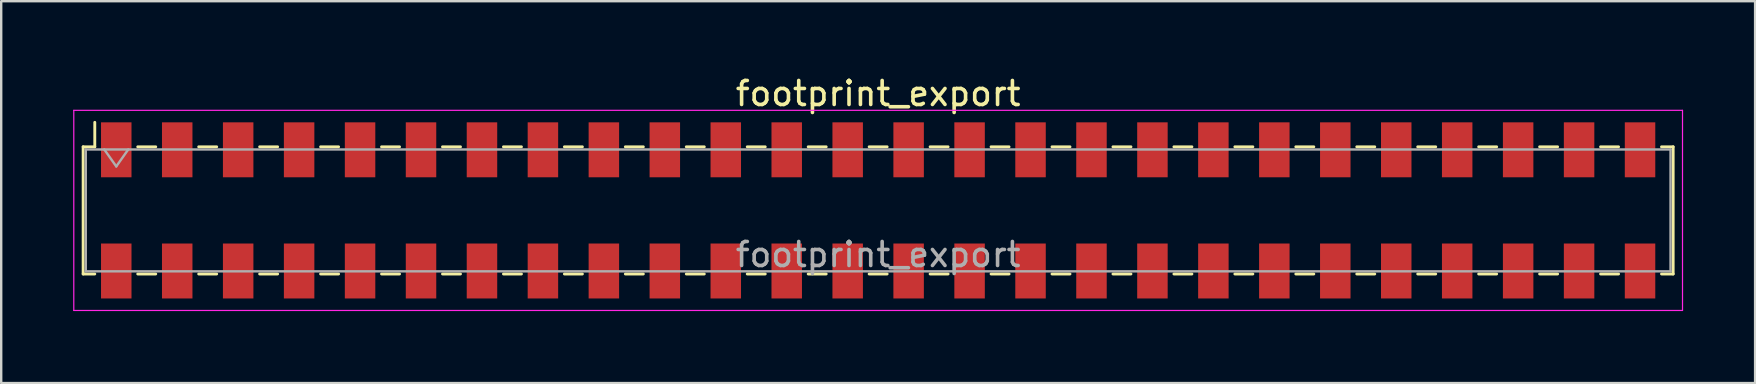
<source format=kicad_pcb>
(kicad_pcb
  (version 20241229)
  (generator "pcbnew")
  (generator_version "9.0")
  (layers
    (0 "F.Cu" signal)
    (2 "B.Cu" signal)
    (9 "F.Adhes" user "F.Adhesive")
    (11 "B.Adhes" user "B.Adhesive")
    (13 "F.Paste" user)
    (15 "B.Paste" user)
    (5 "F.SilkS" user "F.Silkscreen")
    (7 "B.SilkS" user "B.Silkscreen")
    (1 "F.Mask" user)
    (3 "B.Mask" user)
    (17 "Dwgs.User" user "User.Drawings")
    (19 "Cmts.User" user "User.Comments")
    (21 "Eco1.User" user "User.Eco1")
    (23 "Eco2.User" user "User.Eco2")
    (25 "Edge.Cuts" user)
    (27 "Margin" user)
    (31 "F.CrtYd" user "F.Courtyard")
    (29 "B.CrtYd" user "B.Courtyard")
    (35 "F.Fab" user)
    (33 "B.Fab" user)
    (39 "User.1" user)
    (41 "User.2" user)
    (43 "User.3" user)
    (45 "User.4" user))
  (footprint "footprint_export"
    (layer "F.Cu")
    (at 33.545 5.718)
    (property "Reference" "footprint_export" (at 0 -4.87 0) (layer "F.SilkS") (effects (font (size 1 1) (thickness 0.15))))
    (attr smd)
    (fp_line (start -33.13 -2.65) (end -33.13 2.65) (stroke (width 0.12) (type solid)) (layer "F.SilkS"))
    (fp_line (start -33.13 2.65) (end -32.645 2.65) (stroke (width 0.12) (type solid)) (layer "F.SilkS"))
    (fp_line (start -32.645 -3.67) (end -32.645 -2.65) (stroke (width 0.12) (type solid)) (layer "F.SilkS"))
    (fp_line (start -32.645 -2.65) (end -33.13 -2.65) (stroke (width 0.12) (type solid)) (layer "F.SilkS"))
    (fp_line (start -30.855 -2.65) (end -30.105 -2.65) (stroke (width 0.12) (type solid)) (layer "F.SilkS"))
    (fp_line (start -30.855 2.65) (end -30.105 2.65) (stroke (width 0.12) (type solid)) (layer "F.SilkS"))
    (fp_line (start -28.315 -2.65) (end -27.565 -2.65) (stroke (width 0.12) (type solid)) (layer "F.SilkS"))
    (fp_line (start -28.315 2.65) (end -27.565 2.65) (stroke (width 0.12) (type solid)) (layer "F.SilkS"))
    (fp_line (start -25.775 -2.65) (end -25.025 -2.65) (stroke (width 0.12) (type solid)) (layer "F.SilkS"))
    (fp_line (start -25.775 2.65) (end -25.025 2.65) (stroke (width 0.12) (type solid)) (layer "F.SilkS"))
    (fp_line (start -23.235 -2.65) (end -22.485 -2.65) (stroke (width 0.12) (type solid)) (layer "F.SilkS"))
    (fp_line (start -23.235 2.65) (end -22.485 2.65) (stroke (width 0.12) (type solid)) (layer "F.SilkS"))
    (fp_line (start -20.695 -2.65) (end -19.945 -2.65) (stroke (width 0.12) (type solid)) (layer "F.SilkS"))
    (fp_line (start -20.695 2.65) (end -19.945 2.65) (stroke (width 0.12) (type solid)) (layer "F.SilkS"))
    (fp_line (start -18.155 -2.65) (end -17.405 -2.65) (stroke (width 0.12) (type solid)) (layer "F.SilkS"))
    (fp_line (start -18.155 2.65) (end -17.405 2.65) (stroke (width 0.12) (type solid)) (layer "F.SilkS"))
    (fp_line (start -15.615 -2.65) (end -14.865 -2.65) (stroke (width 0.12) (type solid)) (layer "F.SilkS"))
    (fp_line (start -15.615 2.65) (end -14.865 2.65) (stroke (width 0.12) (type solid)) (layer "F.SilkS"))
    (fp_line (start -13.075 -2.65) (end -12.325 -2.65) (stroke (width 0.12) (type solid)) (layer "F.SilkS"))
    (fp_line (start -13.075 2.65) (end -12.325 2.65) (stroke (width 0.12) (type solid)) (layer "F.SilkS"))
    (fp_line (start -10.535 -2.65) (end -9.785 -2.65) (stroke (width 0.12) (type solid)) (layer "F.SilkS"))
    (fp_line (start -10.535 2.65) (end -9.785 2.65) (stroke (width 0.12) (type solid)) (layer "F.SilkS"))
    (fp_line (start -7.995 -2.65) (end -7.245 -2.65) (stroke (width 0.12) (type solid)) (layer "F.SilkS"))
    (fp_line (start -7.995 2.65) (end -7.245 2.65) (stroke (width 0.12) (type solid)) (layer "F.SilkS"))
    (fp_line (start -5.455 -2.65) (end -4.705 -2.65) (stroke (width 0.12) (type solid)) (layer "F.SilkS"))
    (fp_line (start -5.455 2.65) (end -4.705 2.65) (stroke (width 0.12) (type solid)) (layer "F.SilkS"))
    (fp_line (start -2.915 -2.65) (end -2.165 -2.65) (stroke (width 0.12) (type solid)) (layer "F.SilkS"))
    (fp_line (start -2.915 2.65) (end -2.165 2.65) (stroke (width 0.12) (type solid)) (layer "F.SilkS"))
    (fp_line (start -0.375 -2.65) (end 0.375 -2.65) (stroke (width 0.12) (type solid)) (layer "F.SilkS"))
    (fp_line (start -0.375 2.65) (end 0.375 2.65) (stroke (width 0.12) (type solid)) (layer "F.SilkS"))
    (fp_line (start 2.165 -2.65) (end 2.915 -2.65) (stroke (width 0.12) (type solid)) (layer "F.SilkS"))
    (fp_line (start 2.165 2.65) (end 2.915 2.65) (stroke (width 0.12) (type solid)) (layer "F.SilkS"))
    (fp_line (start 4.705 -2.65) (end 5.455 -2.65) (stroke (width 0.12) (type solid)) (layer "F.SilkS"))
    (fp_line (start 4.705 2.65) (end 5.455 2.65) (stroke (width 0.12) (type solid)) (layer "F.SilkS"))
    (fp_line (start 7.245 -2.65) (end 7.995 -2.65) (stroke (width 0.12) (type solid)) (layer "F.SilkS"))
    (fp_line (start 7.245 2.65) (end 7.995 2.65) (stroke (width 0.12) (type solid)) (layer "F.SilkS"))
    (fp_line (start 9.785 -2.65) (end 10.535 -2.65) (stroke (width 0.12) (type solid)) (layer "F.SilkS"))
    (fp_line (start 9.785 2.65) (end 10.535 2.65) (stroke (width 0.12) (type solid)) (layer "F.SilkS"))
    (fp_line (start 12.325 -2.65) (end 13.075 -2.65) (stroke (width 0.12) (type solid)) (layer "F.SilkS"))
    (fp_line (start 12.325 2.65) (end 13.075 2.65) (stroke (width 0.12) (type solid)) (layer "F.SilkS"))
    (fp_line (start 14.865 -2.65) (end 15.615 -2.65) (stroke (width 0.12) (type solid)) (layer "F.SilkS"))
    (fp_line (start 14.865 2.65) (end 15.615 2.65) (stroke (width 0.12) (type solid)) (layer "F.SilkS"))
    (fp_line (start 17.405 -2.65) (end 18.155 -2.65) (stroke (width 0.12) (type solid)) (layer "F.SilkS"))
    (fp_line (start 17.405 2.65) (end 18.155 2.65) (stroke (width 0.12) (type solid)) (layer "F.SilkS"))
    (fp_line (start 19.945 -2.65) (end 20.695 -2.65) (stroke (width 0.12) (type solid)) (layer "F.SilkS"))
    (fp_line (start 19.945 2.65) (end 20.695 2.65) (stroke (width 0.12) (type solid)) (layer "F.SilkS"))
    (fp_line (start 22.485 -2.65) (end 23.235 -2.65) (stroke (width 0.12) (type solid)) (layer "F.SilkS"))
    (fp_line (start 22.485 2.65) (end 23.235 2.65) (stroke (width 0.12) (type solid)) (layer "F.SilkS"))
    (fp_line (start 25.025 -2.65) (end 25.775 -2.65) (stroke (width 0.12) (type solid)) (layer "F.SilkS"))
    (fp_line (start 25.025 2.65) (end 25.775 2.65) (stroke (width 0.12) (type solid)) (layer "F.SilkS"))
    (fp_line (start 27.565 -2.65) (end 28.315 -2.65) (stroke (width 0.12) (type solid)) (layer "F.SilkS"))
    (fp_line (start 27.565 2.65) (end 28.315 2.65) (stroke (width 0.12) (type solid)) (layer "F.SilkS"))
    (fp_line (start 30.105 -2.65) (end 30.855 -2.65) (stroke (width 0.12) (type solid)) (layer "F.SilkS"))
    (fp_line (start 30.105 2.65) (end 30.855 2.65) (stroke (width 0.12) (type solid)) (layer "F.SilkS"))
    (fp_line (start 32.645 -2.65) (end 33.13 -2.65) (stroke (width 0.12) (type solid)) (layer "F.SilkS"))
    (fp_line (start 33.13 -2.65) (end 33.13 2.65) (stroke (width 0.12) (type solid)) (layer "F.SilkS"))
    (fp_line (start 33.13 2.65) (end 32.645 2.65) (stroke (width 0.12) (type solid)) (layer "F.SilkS"))
    (fp_line (start -33.52 -4.17) (end 33.52 -4.17) (stroke (width 0.05) (type solid)) (layer "F.CrtYd"))
    (fp_line (start -33.52 4.17) (end -33.52 -4.17) (stroke (width 0.05) (type solid)) (layer "F.CrtYd"))
    (fp_line (start 33.52 -4.17) (end 33.52 4.17) (stroke (width 0.05) (type solid)) (layer "F.CrtYd"))
    (fp_line (start 33.52 4.17) (end -33.52 4.17) (stroke (width 0.05) (type solid)) (layer "F.CrtYd"))
    (fp_line (start -33.02 -2.54) (end 33.02 -2.54) (stroke (width 0.1) (type solid)) (layer "F.Fab"))
    (fp_line (start -33.02 2.54) (end -33.02 -2.54) (stroke (width 0.1) (type solid)) (layer "F.Fab"))
    (fp_line (start -32.25 -2.54) (end -31.75 -1.833) (stroke (width 0.1) (type solid)) (layer "F.Fab"))
    (fp_line (start -31.75 -1.833) (end -31.25 -2.54) (stroke (width 0.1) (type solid)) (layer "F.Fab"))
    (fp_line (start 33.02 -2.54) (end 33.02 2.54) (stroke (width 0.1) (type solid)) (layer "F.Fab"))
    (fp_line (start 33.02 2.54) (end -33.02 2.54) (stroke (width 0.1) (type solid)) (layer "F.Fab"))
    (fp_text user "${REFERENCE}" (at 0 1.84 0) (layer "F.Fab") (effects (font (size 1 1) (thickness 0.15))))
    (pad "1" smd rect (at -31.75 -2.525) (size 1.27 2.29) (layers "F.Cu" "F.Mask" "F.Paste"))
    (pad "2" smd rect (at -31.75 2.525) (size 1.27 2.29) (layers "F.Cu" "F.Mask" "F.Paste"))
    (pad "3" smd rect (at -29.21 -2.525) (size 1.27 2.29) (layers "F.Cu" "F.Mask" "F.Paste"))
    (pad "4" smd rect (at -29.21 2.525) (size 1.27 2.29) (layers "F.Cu" "F.Mask" "F.Paste"))
    (pad "5" smd rect (at -26.67 -2.525) (size 1.27 2.29) (layers "F.Cu" "F.Mask" "F.Paste"))
    (pad "6" smd rect (at -26.67 2.525) (size 1.27 2.29) (layers "F.Cu" "F.Mask" "F.Paste"))
    (pad "7" smd rect (at -24.13 -2.525) (size 1.27 2.29) (layers "F.Cu" "F.Mask" "F.Paste"))
    (pad "8" smd rect (at -24.13 2.525) (size 1.27 2.29) (layers "F.Cu" "F.Mask" "F.Paste"))
    (pad "9" smd rect (at -21.59 -2.525) (size 1.27 2.29) (layers "F.Cu" "F.Mask" "F.Paste"))
    (pad "10" smd rect (at -21.59 2.525) (size 1.27 2.29) (layers "F.Cu" "F.Mask" "F.Paste"))
    (pad "11" smd rect (at -19.05 -2.525) (size 1.27 2.29) (layers "F.Cu" "F.Mask" "F.Paste"))
    (pad "12" smd rect (at -19.05 2.525) (size 1.27 2.29) (layers "F.Cu" "F.Mask" "F.Paste"))
    (pad "13" smd rect (at -16.51 -2.525) (size 1.27 2.29) (layers "F.Cu" "F.Mask" "F.Paste"))
    (pad "14" smd rect (at -16.51 2.525) (size 1.27 2.29) (layers "F.Cu" "F.Mask" "F.Paste"))
    (pad "15" smd rect (at -13.97 -2.525) (size 1.27 2.29) (layers "F.Cu" "F.Mask" "F.Paste"))
    (pad "16" smd rect (at -13.97 2.525) (size 1.27 2.29) (layers "F.Cu" "F.Mask" "F.Paste"))
    (pad "17" smd rect (at -11.43 -2.525) (size 1.27 2.29) (layers "F.Cu" "F.Mask" "F.Paste"))
    (pad "18" smd rect (at -11.43 2.525) (size 1.27 2.29) (layers "F.Cu" "F.Mask" "F.Paste"))
    (pad "19" smd rect (at -8.89 -2.525) (size 1.27 2.29) (layers "F.Cu" "F.Mask" "F.Paste"))
    (pad "20" smd rect (at -8.89 2.525) (size 1.27 2.29) (layers "F.Cu" "F.Mask" "F.Paste"))
    (pad "21" smd rect (at -6.35 -2.525) (size 1.27 2.29) (layers "F.Cu" "F.Mask" "F.Paste"))
    (pad "22" smd rect (at -6.35 2.525) (size 1.27 2.29) (layers "F.Cu" "F.Mask" "F.Paste"))
    (pad "23" smd rect (at -3.81 -2.525) (size 1.27 2.29) (layers "F.Cu" "F.Mask" "F.Paste"))
    (pad "24" smd rect (at -3.81 2.525) (size 1.27 2.29) (layers "F.Cu" "F.Mask" "F.Paste"))
    (pad "25" smd rect (at -1.27 -2.525) (size 1.27 2.29) (layers "F.Cu" "F.Mask" "F.Paste"))
    (pad "26" smd rect (at -1.27 2.525) (size 1.27 2.29) (layers "F.Cu" "F.Mask" "F.Paste"))
    (pad "27" smd rect (at 1.27 -2.525) (size 1.27 2.29) (layers "F.Cu" "F.Mask" "F.Paste"))
    (pad "28" smd rect (at 1.27 2.525) (size 1.27 2.29) (layers "F.Cu" "F.Mask" "F.Paste"))
    (pad "29" smd rect (at 3.81 -2.525) (size 1.27 2.29) (layers "F.Cu" "F.Mask" "F.Paste"))
    (pad "30" smd rect (at 3.81 2.525) (size 1.27 2.29) (layers "F.Cu" "F.Mask" "F.Paste"))
    (pad "31" smd rect (at 6.35 -2.525) (size 1.27 2.29) (layers "F.Cu" "F.Mask" "F.Paste"))
    (pad "32" smd rect (at 6.35 2.525) (size 1.27 2.29) (layers "F.Cu" "F.Mask" "F.Paste"))
    (pad "33" smd rect (at 8.89 -2.525) (size 1.27 2.29) (layers "F.Cu" "F.Mask" "F.Paste"))
    (pad "34" smd rect (at 8.89 2.525) (size 1.27 2.29) (layers "F.Cu" "F.Mask" "F.Paste"))
    (pad "35" smd rect (at 11.43 -2.525) (size 1.27 2.29) (layers "F.Cu" "F.Mask" "F.Paste"))
    (pad "36" smd rect (at 11.43 2.525) (size 1.27 2.29) (layers "F.Cu" "F.Mask" "F.Paste"))
    (pad "37" smd rect (at 13.97 -2.525) (size 1.27 2.29) (layers "F.Cu" "F.Mask" "F.Paste"))
    (pad "38" smd rect (at 13.97 2.525) (size 1.27 2.29) (layers "F.Cu" "F.Mask" "F.Paste"))
    (pad "39" smd rect (at 16.51 -2.525) (size 1.27 2.29) (layers "F.Cu" "F.Mask" "F.Paste"))
    (pad "40" smd rect (at 16.51 2.525) (size 1.27 2.29) (layers "F.Cu" "F.Mask" "F.Paste"))
    (pad "41" smd rect (at 19.05 -2.525) (size 1.27 2.29) (layers "F.Cu" "F.Mask" "F.Paste"))
    (pad "42" smd rect (at 19.05 2.525) (size 1.27 2.29) (layers "F.Cu" "F.Mask" "F.Paste"))
    (pad "43" smd rect (at 21.59 -2.525) (size 1.27 2.29) (layers "F.Cu" "F.Mask" "F.Paste"))
    (pad "44" smd rect (at 21.59 2.525) (size 1.27 2.29) (layers "F.Cu" "F.Mask" "F.Paste"))
    (pad "45" smd rect (at 24.13 -2.525) (size 1.27 2.29) (layers "F.Cu" "F.Mask" "F.Paste"))
    (pad "46" smd rect (at 24.13 2.525) (size 1.27 2.29) (layers "F.Cu" "F.Mask" "F.Paste"))
    (pad "47" smd rect (at 26.67 -2.525) (size 1.27 2.29) (layers "F.Cu" "F.Mask" "F.Paste"))
    (pad "48" smd rect (at 26.67 2.525) (size 1.27 2.29) (layers "F.Cu" "F.Mask" "F.Paste"))
    (pad "49" smd rect (at 29.21 -2.525) (size 1.27 2.29) (layers "F.Cu" "F.Mask" "F.Paste"))
    (pad "50" smd rect (at 29.21 2.525) (size 1.27 2.29) (layers "F.Cu" "F.Mask" "F.Paste"))
    (pad "51" smd rect (at 31.75 -2.525) (size 1.27 2.29) (layers "F.Cu" "F.Mask" "F.Paste"))
    (pad "52" smd rect (at 31.75 2.525) (size 1.27 2.29) (layers "F.Cu" "F.Mask" "F.Paste")))
  (gr_rect
    (start -3 -3)
    (end 70.09 12.913)
    (stroke (width 0.1) (type default))
    (fill no)
    (layer "Edge.Cuts")))
</source>
